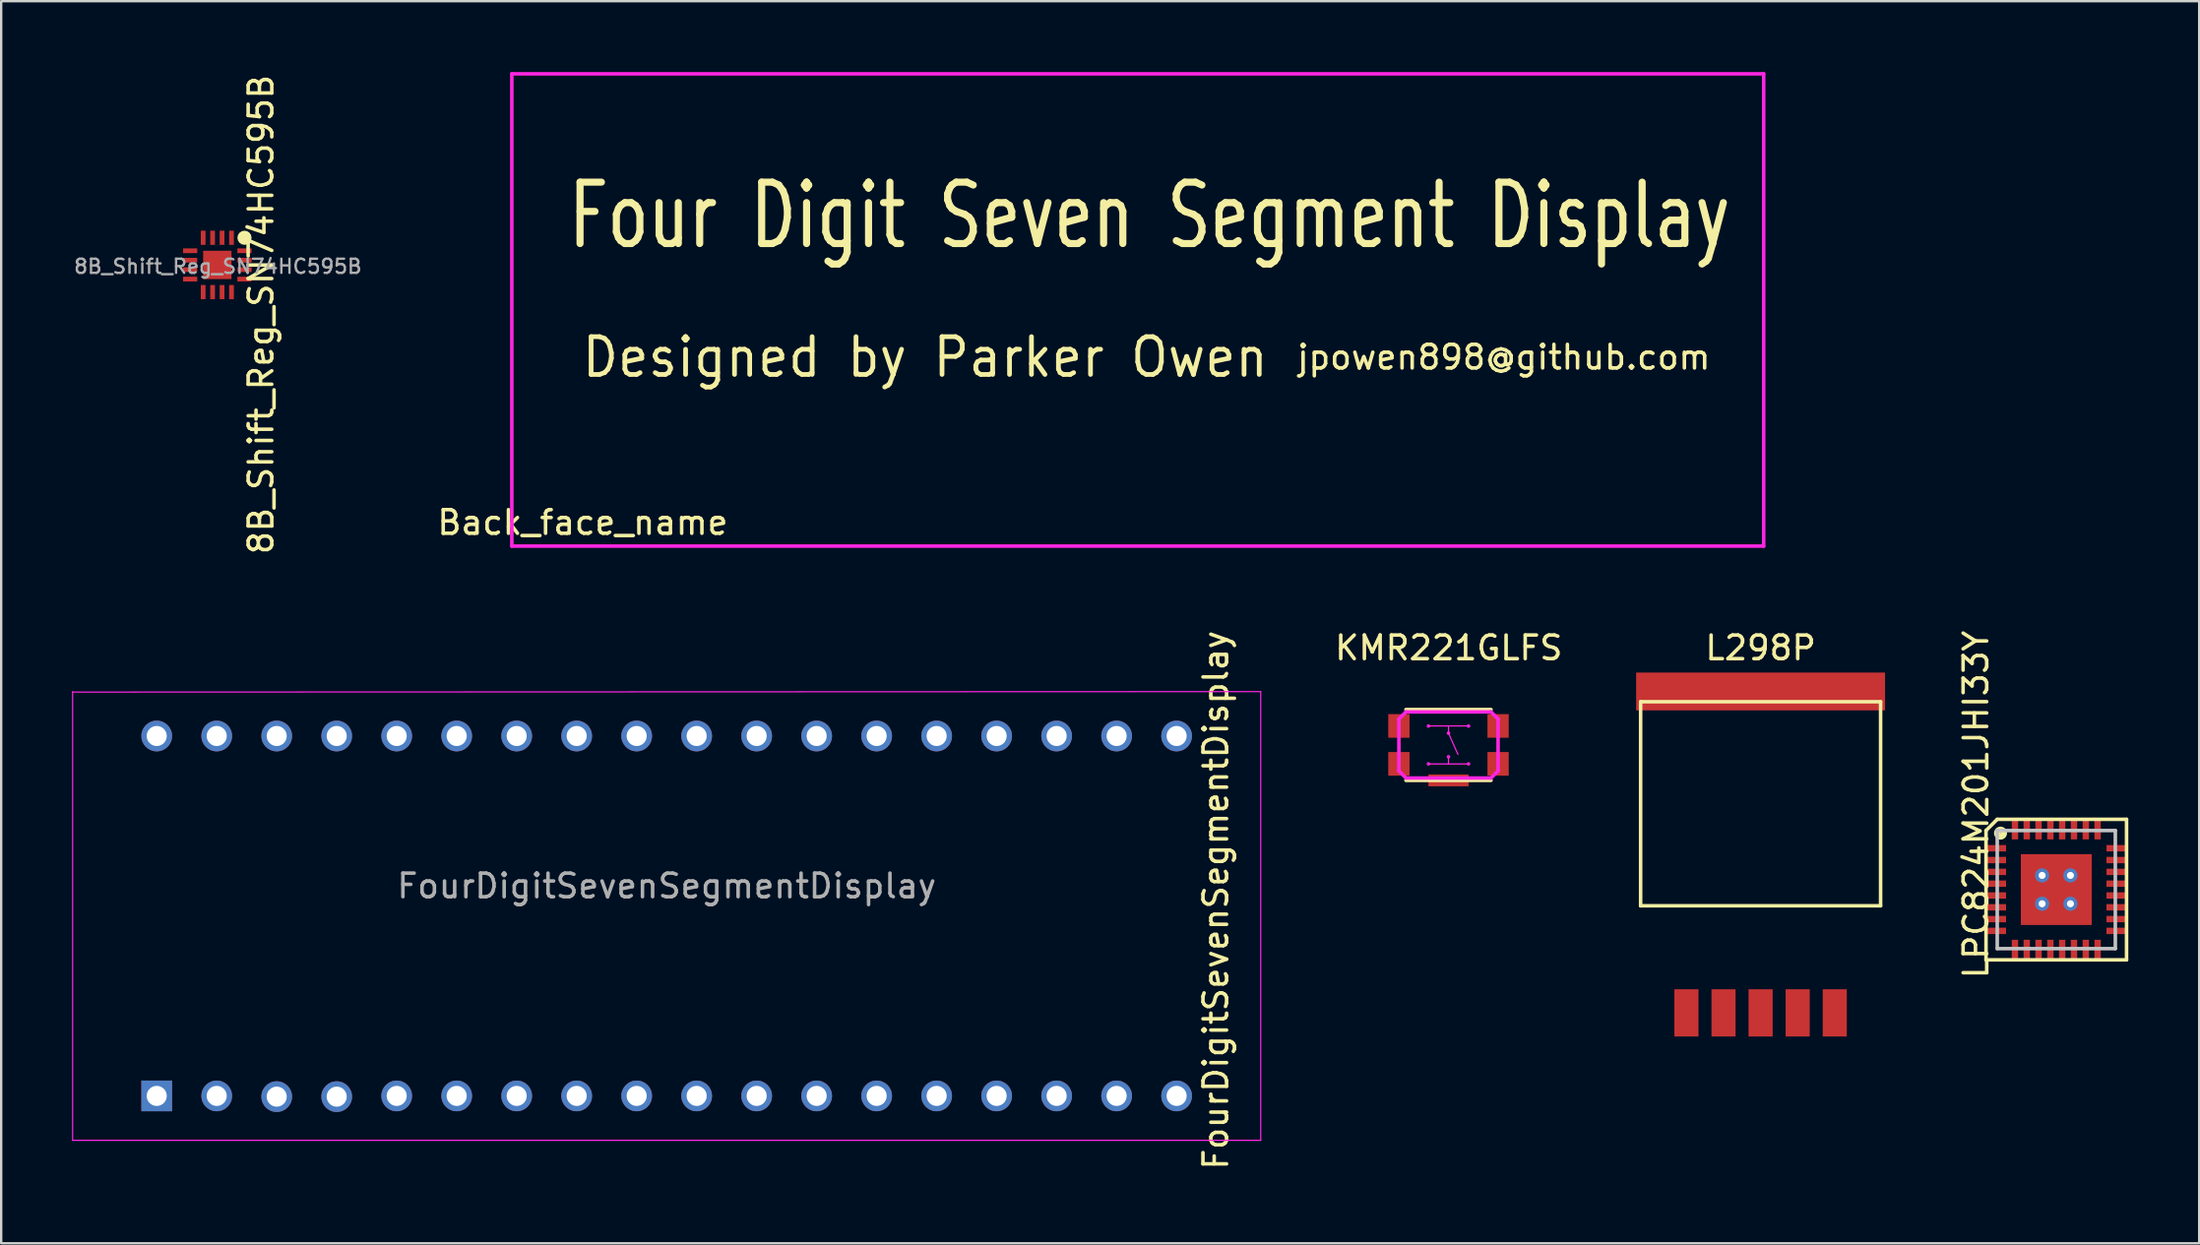
<source format=kicad_pcb>
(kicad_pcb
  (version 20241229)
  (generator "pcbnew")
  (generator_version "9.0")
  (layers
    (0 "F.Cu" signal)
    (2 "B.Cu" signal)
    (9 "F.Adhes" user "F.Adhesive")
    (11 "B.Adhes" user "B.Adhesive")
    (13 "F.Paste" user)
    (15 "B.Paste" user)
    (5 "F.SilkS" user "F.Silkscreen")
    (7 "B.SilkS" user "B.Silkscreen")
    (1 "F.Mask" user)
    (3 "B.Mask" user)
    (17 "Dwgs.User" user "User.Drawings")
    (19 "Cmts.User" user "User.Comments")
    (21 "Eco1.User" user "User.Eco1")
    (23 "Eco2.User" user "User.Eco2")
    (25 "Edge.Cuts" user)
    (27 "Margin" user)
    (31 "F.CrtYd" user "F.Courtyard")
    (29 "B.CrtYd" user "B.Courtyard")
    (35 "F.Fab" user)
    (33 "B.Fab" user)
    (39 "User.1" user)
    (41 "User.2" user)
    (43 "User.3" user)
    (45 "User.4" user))
  (footprint "FourDigitSevenSegmentDisplay"
    (layer "F.Cu")
    (at 3.585 43.355)
    (property "Reference" "FourDigitSevenSegmentDisplay" (at 44.84 -8.29 270) (layer "F.SilkS") (effects (font (size 1 1) (thickness 0.15))))
    (attr through_hole)
    (fp_line (start -3.56 -17.1) (end 46.74 -17.12) (stroke (width 0.05) (type solid)) (layer "F.CrtYd"))
    (fp_line (start -3.56 1.88) (end -3.56 -17.12) (stroke (width 0.05) (type solid)) (layer "F.CrtYd"))
    (fp_line (start -3.56 1.88) (end 46.74 1.88) (stroke (width 0.05) (type solid)) (layer "F.CrtYd"))
    (fp_line (start 46.74 -17.12) (end 46.74 1.88) (stroke (width 0.05) (type solid)) (layer "F.CrtYd"))
    (fp_text user "${REFERENCE}" (at 21.59 -8.89 0) (layer "F.Fab") (effects (font (size 1 1) (thickness 0.15))))
    (pad "1" thru_hole rect (at 0 0 90) (size 1.3 1.3) (drill 0.85) (layers "*.Cu" "*.Mask"))
    (pad "2" thru_hole circle (at 2.54 0 90) (size 1.3 1.3) (drill 0.85) (layers "*.Cu" "*.Mask"))
    (pad "3" thru_hole circle (at 5.08 0.031 180) (size 1.3 1.3) (drill 0.85) (layers "*.Cu" "*.Mask"))
    (pad "4" thru_hole circle (at 7.62 0.031 90) (size 1.3 1.3) (drill 0.85) (layers "*.Cu" "*.Mask"))
    (pad "5" thru_hole circle (at 10.16 0) (size 1.3 1.3) (drill 0.85) (layers "*.Cu" "*.Mask"))
    (pad "6" thru_hole circle (at 12.7 0) (size 1.3 1.3) (drill 0.85) (layers "*.Cu" "*.Mask"))
    (pad "7" thru_hole circle (at 15.24 0) (size 1.3 1.3) (drill 0.85) (layers "*.Cu" "*.Mask"))
    (pad "8" thru_hole circle (at 17.78 0) (size 1.3 1.3) (drill 0.85) (layers "*.Cu" "*.Mask"))
    (pad "9" thru_hole circle (at 20.32 0) (size 1.3 1.3) (drill 0.85) (layers "*.Cu" "*.Mask"))
    (pad "10" thru_hole circle (at 22.86 0) (size 1.3 1.3) (drill 0.85) (layers "*.Cu" "*.Mask"))
    (pad "11" thru_hole circle (at 25.4 0) (size 1.3 1.3) (drill 0.85) (layers "*.Cu" "*.Mask"))
    (pad "12" thru_hole circle (at 27.94 0) (size 1.3 1.3) (drill 0.85) (layers "*.Cu" "*.Mask"))
    (pad "13" thru_hole circle (at 30.48 0) (size 1.3 1.3) (drill 0.85) (layers "*.Cu" "*.Mask"))
    (pad "14" thru_hole circle (at 33.02 0) (size 1.3 1.3) (drill 0.85) (layers "*.Cu" "*.Mask"))
    (pad "15" thru_hole circle (at 35.56 0) (size 1.3 1.3) (drill 0.85) (layers "*.Cu" "*.Mask"))
    (pad "16" thru_hole circle (at 38.1 0) (size 1.3 1.3) (drill 0.85) (layers "*.Cu" "*.Mask"))
    (pad "17" thru_hole circle (at 40.64 0) (size 1.3 1.3) (drill 0.85) (layers "*.Cu" "*.Mask"))
    (pad "18" thru_hole circle (at 43.18 0) (size 1.3 1.3) (drill 0.85) (layers "*.Cu" "*.Mask"))
    (pad "19" thru_hole circle (at 43.18 -15.24) (size 1.3 1.3) (drill 0.85) (layers "*.Cu" "*.Mask"))
    (pad "20" thru_hole circle (at 40.64 -15.24) (size 1.3 1.3) (drill 0.85) (layers "*.Cu" "*.Mask" "B.Paste"))
    (pad "21" thru_hole circle (at 38.1 -15.24) (size 1.3 1.3) (drill 0.85) (layers "*.Cu" "*.Mask"))
    (pad "22" thru_hole circle (at 35.56 -15.24) (size 1.3 1.3) (drill 0.85) (layers "*.Cu" "*.Mask"))
    (pad "23" thru_hole circle (at 33.02 -15.24) (size 1.3 1.3) (drill 0.85) (layers "*.Cu" "*.Mask"))
    (pad "24" thru_hole circle (at 30.48 -15.24) (size 1.3 1.3) (drill 0.85) (layers "*.Cu" "*.Mask"))
    (pad "25" thru_hole circle (at 27.94 -15.24) (size 1.3 1.3) (drill 0.85) (layers "*.Cu" "*.Mask"))
    (pad "26" thru_hole circle (at 25.4 -15.24) (size 1.3 1.3) (drill 0.85) (layers "*.Cu" "*.Mask"))
    (pad "27" thru_hole circle (at 22.86 -15.24) (size 1.3 1.3) (drill 0.85) (layers "*.Cu" "*.Mask"))
    (pad "28" thru_hole circle (at 20.32 -15.24) (size 1.3 1.3) (drill 0.85) (layers "*.Cu" "*.Mask"))
    (pad "29" thru_hole circle (at 17.78 -15.24) (size 1.3 1.3) (drill 0.85) (layers "*.Cu" "*.Mask"))
    (pad "30" thru_hole circle (at 15.24 -15.24) (size 1.3 1.3) (drill 0.85) (layers "*.Cu" "*.Mask"))
    (pad "31" thru_hole circle (at 12.7 -15.24) (size 1.3 1.3) (drill 0.85) (layers "*.Cu" "*.Mask"))
    (pad "32" thru_hole circle (at 10.16 -15.24) (size 1.3 1.3) (drill 0.85) (layers "*.Cu" "*.Mask"))
    (pad "33" thru_hole circle (at 7.62 -15.24) (size 1.3 1.3) (drill 0.85) (layers "*.Cu" "*.Mask"))
    (pad "34" thru_hole circle (at 5.08 -15.24) (size 1.3 1.3) (drill 0.85) (layers "*.Cu" "*.Mask"))
    (pad "35" thru_hole circle (at 2.54 -15.24) (size 1.3 1.3) (drill 0.85) (layers "*.Cu" "*.Mask"))
    (pad "36" thru_hole circle (at 0 -15.24) (size 1.3 1.3) (drill 0.85) (layers "*.Cu" "*.Mask")))
  (footprint "8B_Shift_Reg_SN74HC595B"
    (layer "F.Cu")
    (at 6.151 8.168)
    (property "Reference" "8B_Shift_Reg_SN74HC595B" (at 1.85 2.1 90) (layer "F.SilkS") (effects (font (size 1 1) (thickness 0.15))))
    (attr smd)
    (fp_circle (center 1.15 -1.15) (end 1.3 -1.15) (stroke (width 0.3) (type solid)) (fill no) (layer "F.SilkS"))
    (fp_text user "${REFERENCE}" (at 0.025 0.063 0) (layer "F.Fab") (effects (font (size 0.6 0.6) (thickness 0.1))))
    (pad "1" smd rect (at 0.6 -1.15 90) (size 0.6 0.2) (layers "F.Cu" "F.Mask" "F.Paste"))
    (pad "2" smd rect (at 0.2 -1.15 90) (size 0.6 0.2) (layers "F.Cu" "F.Mask" "F.Paste"))
    (pad "3" smd rect (at -0.2 -1.15 90) (size 0.6 0.2) (layers "F.Cu" "F.Mask" "F.Paste"))
    (pad "4" smd rect (at -0.6 -1.15 90) (size 0.6 0.2) (layers "F.Cu" "F.Mask" "F.Paste"))
    (pad "5" smd rect (at -1.15 -0.6) (size 0.6 0.2) (layers "F.Cu" "F.Mask" "F.Paste"))
    (pad "6" smd rect (at -1.15 -0.2) (size 0.6 0.2) (layers "F.Cu" "F.Mask" "F.Paste"))
    (pad "7" smd rect (at -1.15 0.2) (size 0.6 0.2) (layers "F.Cu" "F.Mask" "F.Paste"))
    (pad "8" smd rect (at -1.15 0.6) (size 0.6 0.2) (layers "F.Cu" "F.Mask" "F.Paste"))
    (pad "9" smd rect (at -0.6 1.15 90) (size 0.6 0.2) (layers "F.Cu" "F.Mask" "F.Paste"))
    (pad "10" smd rect (at -0.2 1.15 90) (size 0.6 0.2) (layers "F.Cu" "F.Mask" "F.Paste"))
    (pad "11" smd rect (at 0.2 1.15 90) (size 0.6 0.2) (layers "F.Cu" "F.Mask" "F.Paste"))
    (pad "12" smd rect (at 0.6 1.15 90) (size 0.6 0.2) (layers "F.Cu" "F.Mask" "F.Paste"))
    (pad "13" smd rect (at 1.15 0.6) (size 0.6 0.2) (layers "F.Cu" "F.Mask" "F.Paste"))
    (pad "14" smd rect (at 1.15 0.2) (size 0.6 0.2) (layers "F.Cu" "F.Mask" "F.Paste"))
    (pad "15" smd rect (at 1.15 -0.2) (size 0.6 0.2) (layers "F.Cu" "F.Mask" "F.Paste"))
    (pad "16" smd rect (at 1.15 -0.6) (size 0.6 0.2) (layers "F.Cu" "F.Mask" "F.Paste"))
    (pad "NC" smd rect (at 0 0) (size 1.2 1.2) (layers "F.Cu" "F.Mask" "F.Paste")))
  (footprint "Back_face_name"
    (layer "F.Cu")
    (at 45.619 10.075)
    (property "Reference" "Back_face_name" (at -24 9 0) (layer "F.SilkS") (effects (font (size 1 1) (thickness 0.15))))
    (attr through_hole)
    (fp_line (start -27 -10) (end -27 10) (stroke (width 0.15) (type solid)) (layer "F.CrtYd"))
    (fp_line (start -27 -10) (end 26 -10) (stroke (width 0.15) (type solid)) (layer "F.CrtYd"))
    (fp_line (start -27 10) (end 26 10) (stroke (width 0.15) (type solid)) (layer "F.CrtYd"))
    (fp_line (start 26 10) (end 26 -10) (stroke (width 0.15) (type solid)) (layer "F.CrtYd"))
    (fp_text user "Designed by Parker Owen" (at -9.5 2 0) (layer "F.SilkS") (effects (font (size 1.6 1.5) (thickness 0.2))))
    (fp_text user "Four Digit Seven Segment Display" (at 0 -4 0) (layer "F.SilkS") (effects (font (size 2.6 1.9) (thickness 0.3))))
    (fp_text user "jpowen898@github.com" (at 15 2 0) (layer "F.SilkS") (effects (font (size 1 1) (thickness 0.15)))))
  (footprint "L298P"
    (layer "F.Cu")
    (at 71.489 34.284)
    (property "Reference" "L298P" (at 0 -9.9 0) (layer "F.SilkS") (effects (font (size 1 1) (thickness 0.15))))
    (attr through_hole)
    (fp_line (start -5.08 -7.62) (end 5.08 -7.62) (stroke (width 0.15) (type solid)) (layer "F.SilkS"))
    (fp_line (start -5.08 1.02) (end -5.08 -7.62) (stroke (width 0.15) (type solid)) (layer "F.SilkS"))
    (fp_line (start 5.08 -7.62) (end 5.08 1.02) (stroke (width 0.15) (type solid)) (layer "F.SilkS"))
    (fp_line (start 5.08 1.02) (end -5.08 1.02) (stroke (width 0.15) (type solid)) (layer "F.SilkS"))
    (pad "1" smd rect (at -3.14 5.555) (size 1.02 2) (layers "F.Cu" "F.Mask" "F.Paste"))
    (pad "2" smd rect (at -1.57 5.555) (size 1.02 2) (layers "F.Cu" "F.Mask" "F.Paste"))
    (pad "3" smd rect (at 0 -8.055) (size 10.54 1.6) (layers "F.Cu" "F.Mask" "F.Paste"))
    (pad "3" smd rect (at 0 5.555) (size 1.02 2) (layers "F.Cu" "F.Mask" "F.Paste"))
    (pad "4" smd rect (at 1.57 5.555) (size 1.02 2) (layers "F.Cu" "F.Mask" "F.Paste"))
    (pad "5" smd rect (at 3.14 5.555) (size 1.02 2) (layers "F.Cu" "F.Mask" "F.Paste")))
  (footprint "LPC824M201JHI33Y"
    (layer "F.Cu")
    (at 84.007 34.618)
    (property "Reference" "LPC824M201JHI33Y" (at -3.4 -3.6 90) (layer "F.SilkS") (effects (font (size 1 1) (thickness 0.15))))
    (attr through_hole)
    (fp_line (start -2.975 -2.5) (end -2.975 2.975) (stroke (width 0.15) (type solid)) (layer "F.SilkS"))
    (fp_line (start -2.975 2.975) (end 2.975 2.975) (stroke (width 0.15) (type solid)) (layer "F.SilkS"))
    (fp_line (start -2.5 -2.975) (end -2.975 -2.5) (stroke (width 0.15) (type solid)) (layer "F.SilkS"))
    (fp_line (start -2.5 -2.975) (end 2.975 -2.975) (stroke (width 0.15) (type solid)) (layer "F.SilkS"))
    (fp_line (start 2.975 -2.975) (end 2.975 2.975) (stroke (width 0.15) (type solid)) (layer "F.SilkS"))
    (fp_circle (center -2.36 -2.39) (end -2.36 -2.4) (stroke (width 0.15) (type solid)) (fill no) (layer "F.SilkS"))
    (fp_circle (center -2.36 -2.39) (end -2.36 -2.29) (stroke (width 0.15) (type solid)) (fill no) (layer "F.SilkS"))
    (fp_circle (center -2.36 -2.39) (end -2.16 -2.39) (stroke (width 0.15) (type solid)) (fill no) (layer "F.SilkS"))
    (fp_line (start -2.5 -2.5) (end -2.5 2.5) (stroke (width 0.15) (type solid)) (layer "Dwgs.User"))
    (fp_line (start -2.5 -2.5) (end 2.5 -2.5) (stroke (width 0.15) (type solid)) (layer "Dwgs.User"))
    (fp_line (start 2.5 -2.5) (end 2.5 2.5) (stroke (width 0.15) (type solid)) (layer "Dwgs.User"))
    (fp_line (start 2.5 2.5) (end -2.5 2.5) (stroke (width 0.15) (type solid)) (layer "Dwgs.User"))
    (pad "1" smd rect (at -2.55 -1.75) (size 0.85 0.27) (layers "F.Cu" "F.Mask" "F.Paste"))
    (pad "2" smd rect (at -2.55 -1.25) (size 0.85 0.27) (layers "F.Cu" "F.Mask" "F.Paste"))
    (pad "3" smd rect (at -2.55 -0.75) (size 0.85 0.27) (layers "F.Cu" "F.Mask" "F.Paste"))
    (pad "4" smd rect (at -2.55 -0.25) (size 0.85 0.27) (layers "F.Cu" "F.Mask" "F.Paste"))
    (pad "5" smd rect (at -2.55 0.25) (size 0.85 0.27) (layers "F.Cu" "F.Mask" "F.Paste"))
    (pad "6" smd rect (at -2.55 0.75) (size 0.85 0.27) (layers "F.Cu" "F.Mask" "F.Paste"))
    (pad "7" smd rect (at -2.55 1.25) (size 0.85 0.27) (layers "F.Cu" "F.Mask" "F.Paste"))
    (pad "8" smd rect (at -2.55 1.75) (size 0.85 0.27) (layers "F.Cu" "F.Mask" "F.Paste"))
    (pad "9" smd rect (at -1.75 2.55 90) (size 0.85 0.27) (layers "F.Cu" "F.Mask" "F.Paste"))
    (pad "10" smd rect (at -1.25 2.55 90) (size 0.85 0.27) (layers "F.Cu" "F.Mask" "F.Paste"))
    (pad "11" smd rect (at -0.75 2.55 90) (size 0.85 0.27) (layers "F.Cu" "F.Mask" "F.Paste"))
    (pad "12" smd rect (at -0.25 2.55 90) (size 0.85 0.27) (layers "F.Cu" "F.Mask" "F.Paste"))
    (pad "13" smd rect (at 0.25 2.55 90) (size 0.85 0.27) (layers "F.Cu" "F.Mask" "F.Paste"))
    (pad "14" smd rect (at 0.75 2.55 90) (size 0.85 0.27) (layers "F.Cu" "F.Mask" "F.Paste"))
    (pad "15" smd rect (at 1.25 2.55 90) (size 0.85 0.27) (layers "F.Cu" "F.Mask" "F.Paste"))
    (pad "16" smd rect (at 1.75 2.55 90) (size 0.85 0.27) (layers "F.Cu" "F.Mask" "F.Paste"))
    (pad "17" smd rect (at 2.55 1.75) (size 0.85 0.27) (layers "F.Cu" "F.Mask" "F.Paste"))
    (pad "18" smd rect (at 2.55 1.25) (size 0.85 0.27) (layers "F.Cu" "F.Mask" "F.Paste"))
    (pad "19" smd rect (at 2.55 0.75) (size 0.85 0.27) (layers "F.Cu" "F.Mask" "F.Paste"))
    (pad "20" smd rect (at 2.55 0.25) (size 0.85 0.27) (layers "F.Cu" "F.Mask" "F.Paste"))
    (pad "21" smd rect (at 2.55 -0.25) (size 0.85 0.27) (layers "F.Cu" "F.Mask" "F.Paste"))
    (pad "22" smd rect (at 2.55 -0.75) (size 0.85 0.27) (layers "F.Cu" "F.Mask" "F.Paste"))
    (pad "23" smd rect (at 2.55 -1.25) (size 0.85 0.27) (layers "F.Cu" "F.Mask" "F.Paste"))
    (pad "24" smd rect (at 2.55 -1.75) (size 0.85 0.27) (layers "F.Cu" "F.Mask" "F.Paste"))
    (pad "25" smd rect (at 1.75 -2.55 90) (size 0.85 0.27) (layers "F.Cu" "F.Mask" "F.Paste"))
    (pad "26" smd rect (at 1.25 -2.55 90) (size 0.85 0.27) (layers "F.Cu" "F.Mask" "F.Paste"))
    (pad "27" smd rect (at 0.75 -2.55 90) (size 0.85 0.27) (layers "F.Cu" "F.Mask" "F.Paste"))
    (pad "28" smd rect (at 0.25 -2.55 90) (size 0.85 0.27) (layers "F.Cu" "F.Mask" "F.Paste"))
    (pad "29" smd rect (at -0.25 -2.55 90) (size 0.85 0.27) (layers "F.Cu" "F.Mask" "F.Paste"))
    (pad "30" smd rect (at -0.75 -2.55 90) (size 0.85 0.27) (layers "F.Cu" "F.Mask" "F.Paste"))
    (pad "31" smd rect (at -1.25 -2.55 90) (size 0.85 0.27) (layers "F.Cu" "F.Mask" "F.Paste"))
    (pad "32" smd rect (at -1.75 -2.55 90) (size 0.85 0.27) (layers "F.Cu" "F.Mask" "F.Paste"))
    (pad "33" thru_hole circle (at -0.6 -0.6) (size 0.6 0.6) (drill 0.3) (layers "*.Cu" "*.Mask"))
    (pad "33" thru_hole circle (at -0.6 0.6) (size 0.6 0.6) (drill 0.3) (layers "*.Cu" "*.Mask"))
    (pad "33" smd rect (at 0 0) (size 3 3) (layers "F.Cu" "F.Mask" "F.Paste"))
    (pad "33" thru_hole circle (at 0.6 -0.6) (size 0.6 0.6) (drill 0.3) (layers "*.Cu" "*.Mask"))
    (pad "33" thru_hole circle (at 0.6 0.6) (size 0.6 0.6) (drill 0.3) (layers "*.Cu" "*.Mask")))
  (footprint "KMR221GLFS"
    (layer "F.Cu")
    (at 58.275 28.494)
    (property "Reference" "KMR221GLFS" (at 0.01 -4.11 0) (layer "F.SilkS") (effects (font (size 1 1) (thickness 0.15))))
    (attr through_hole)
    (fp_line (start -1.8 -1.5) (end 1.8 -1.5) (stroke (width 0.15) (type solid)) (layer "F.SilkS"))
    (fp_line (start -1.8 1.5) (end 1.8 1.5) (stroke (width 0.15) (type solid)) (layer "F.SilkS"))
    (fp_line (start -2.1 -1.1) (end -2.1 1.1) (stroke (width 0.15) (type solid)) (layer "F.CrtYd"))
    (fp_line (start -1.8 -1.4) (end -2.1 -1.1) (stroke (width 0.15) (type solid)) (layer "F.CrtYd"))
    (fp_line (start -1.8 -1.4) (end 1.8 -1.4) (stroke (width 0.15) (type solid)) (layer "F.CrtYd"))
    (fp_line (start -1.8 1.4) (end -2.1 1.1) (stroke (width 0.15) (type solid)) (layer "F.CrtYd"))
    (fp_line (start -1.8 1.4) (end 1.8 1.4) (stroke (width 0.15) (type solid)) (layer "F.CrtYd"))
    (fp_line (start -0.85 -0.805) (end 0.85 -0.805) (stroke (width 0.05) (type solid)) (layer "F.CrtYd"))
    (fp_line (start -0.85 0.805) (end 0.85 0.805) (stroke (width 0.05) (type solid)) (layer "F.CrtYd"))
    (fp_line (start 0 -0.8) (end 0 -0.5) (stroke (width 0.05) (type solid)) (layer "F.CrtYd"))
    (fp_line (start 0 -0.5) (end 0.4 0.4) (stroke (width 0.05) (type solid)) (layer "F.CrtYd"))
    (fp_line (start 0 0.8) (end 0 0.5) (stroke (width 0.05) (type solid)) (layer "F.CrtYd"))
    (fp_line (start 1.8 -1.4) (end 2.1 -1.1) (stroke (width 0.15) (type solid)) (layer "F.CrtYd"))
    (fp_line (start 1.8 1.4) (end 2.1 1.1) (stroke (width 0.15) (type solid)) (layer "F.CrtYd"))
    (fp_line (start 2.1 -1.1) (end 2.1 1.1) (stroke (width 0.15) (type solid)) (layer "F.CrtYd"))
    (fp_circle (center -0.85 -0.8) (end -0.85 -0.85) (stroke (width 0.05) (type solid)) (fill no) (layer "F.CrtYd"))
    (fp_circle (center -0.85 0.8) (end -0.85 0.75) (stroke (width 0.05) (type solid)) (fill no) (layer "F.CrtYd"))
    (fp_circle (center 0 -0.5) (end 0.05 -0.5) (stroke (width 0.05) (type solid)) (fill no) (layer "F.CrtYd"))
    (fp_circle (center 0 0.5) (end 0 0.45) (stroke (width 0.05) (type solid)) (fill no) (layer "F.CrtYd"))
    (fp_circle (center 0.85 -0.8) (end 0.9 -0.8) (stroke (width 0.05) (type solid)) (fill no) (layer "F.CrtYd"))
    (fp_circle (center 0.85 0.8) (end 0.85 0.75) (stroke (width 0.05) (type solid)) (fill no) (layer "F.CrtYd"))
    (pad "1" smd rect (at -2.1 -0.805) (size 0.9 1) (layers "F.Cu" "F.Mask" "F.Paste"))
    (pad "1" smd rect (at 2.1 -0.805) (size 0.9 1) (layers "F.Cu" "F.Mask" "F.Paste"))
    (pad "2" smd rect (at -2.1 0.8) (size 0.9 1) (layers "F.Cu" "F.Mask" "F.Paste"))
    (pad "2" smd rect (at 0 1.5) (size 1.7 0.5) (layers "F.Cu" "F.Mask" "F.Paste"))
    (pad "2" smd rect (at 2.1 0.8) (size 0.9 1) (layers "F.Cu" "F.Mask" "F.Paste")))
  (gr_rect
    (start -3 -3)
    (end 90.057 49.595)
    (stroke (width 0.1) (type default))
    (fill no)
    (layer "Edge.Cuts")))
</source>
